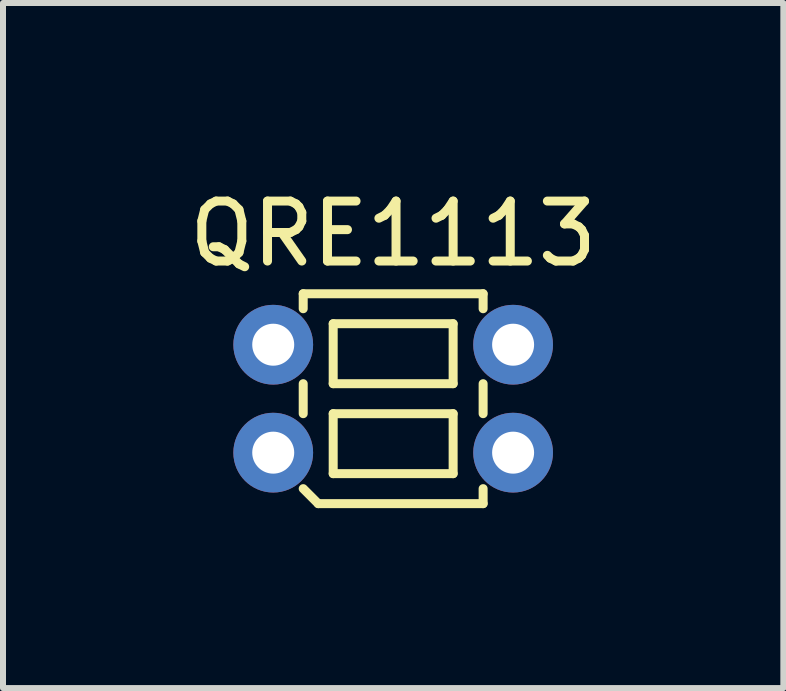
<source format=kicad_pcb>
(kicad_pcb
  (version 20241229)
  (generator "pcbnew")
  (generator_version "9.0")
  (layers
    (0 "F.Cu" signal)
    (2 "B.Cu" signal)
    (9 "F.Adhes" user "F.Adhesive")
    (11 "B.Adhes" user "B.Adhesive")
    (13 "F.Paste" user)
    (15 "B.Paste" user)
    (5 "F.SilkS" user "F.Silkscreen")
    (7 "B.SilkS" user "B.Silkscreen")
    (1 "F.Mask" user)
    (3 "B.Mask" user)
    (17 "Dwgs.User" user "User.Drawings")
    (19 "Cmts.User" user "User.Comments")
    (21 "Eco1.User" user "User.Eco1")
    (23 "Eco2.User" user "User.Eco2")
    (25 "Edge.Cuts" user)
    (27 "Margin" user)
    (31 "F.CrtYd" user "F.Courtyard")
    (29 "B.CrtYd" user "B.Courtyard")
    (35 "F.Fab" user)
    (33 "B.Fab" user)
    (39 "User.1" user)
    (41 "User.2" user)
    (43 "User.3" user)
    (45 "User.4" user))
  (footprint "QRE1113"
    (layer "F.Cu")
    (at 3.506 3.598)
    (property "Reference" "QRE1113" (at 0 -2.75 0) (layer "F.SilkS") (effects (font (size 1 1) (thickness 0.15))))
    (attr through_hole)
    (fp_line (start -1.5 -1.75) (end -1.5 -1.5) (stroke (width 0.15) (type solid)) (layer "F.SilkS"))
    (fp_line (start -1.5 -1.75) (end 1.5 -1.75) (stroke (width 0.15) (type solid)) (layer "F.SilkS"))
    (fp_line (start -1.5 -0.25) (end -1.5 0.25) (stroke (width 0.15) (type solid)) (layer "F.SilkS"))
    (fp_line (start -1.5 1.5) (end -1.25 1.75) (stroke (width 0.15) (type solid)) (layer "F.SilkS"))
    (fp_line (start -1.25 1.75) (end 1.5 1.75) (stroke (width 0.15) (type solid)) (layer "F.SilkS"))
    (fp_line (start -1 -1.25) (end -1 -0.25) (stroke (width 0.15) (type solid)) (layer "F.SilkS"))
    (fp_line (start -1 -0.25) (end 1 -0.25) (stroke (width 0.15) (type solid)) (layer "F.SilkS"))
    (fp_line (start -1 0.25) (end -1 1.25) (stroke (width 0.15) (type solid)) (layer "F.SilkS"))
    (fp_line (start -1 1.25) (end 1 1.25) (stroke (width 0.15) (type solid)) (layer "F.SilkS"))
    (fp_line (start 1 -1.25) (end -1 -1.25) (stroke (width 0.15) (type solid)) (layer "F.SilkS"))
    (fp_line (start 1 -0.25) (end 1 -1.25) (stroke (width 0.15) (type solid)) (layer "F.SilkS"))
    (fp_line (start 1 0.25) (end -1 0.25) (stroke (width 0.15) (type solid)) (layer "F.SilkS"))
    (fp_line (start 1 1.25) (end 1 0.25) (stroke (width 0.15) (type solid)) (layer "F.SilkS"))
    (fp_line (start 1.5 -1.75) (end 1.5 -1.5) (stroke (width 0.15) (type solid)) (layer "F.SilkS"))
    (fp_line (start 1.5 -0.25) (end 1.5 0.25) (stroke (width 0.15) (type solid)) (layer "F.SilkS"))
    (fp_line (start 1.5 1.75) (end 1.5 1.5) (stroke (width 0.15) (type solid)) (layer "F.SilkS"))
    (pad "1" thru_hole circle (at -2 0.9) (size 1.33 1.33) (drill 0.7) (layers "*.Cu" "*.Mask"))
    (pad "2" thru_hole circle (at 2 0.9) (size 1.33 1.33) (drill 0.7) (layers "*.Cu" "*.Mask"))
    (pad "3" thru_hole circle (at 2 -0.9) (size 1.33 1.33) (drill 0.7) (layers "*.Cu" "*.Mask"))
    (pad "4" thru_hole circle (at -2 -0.9) (size 1.33 1.33) (drill 0.7) (layers "*.Cu" "*.Mask")))
  (gr_rect
    (start -3 -3)
    (end 10.012 8.423)
    (stroke (width 0.1) (type default))
    (fill no)
    (layer "Edge.Cuts")))
</source>
